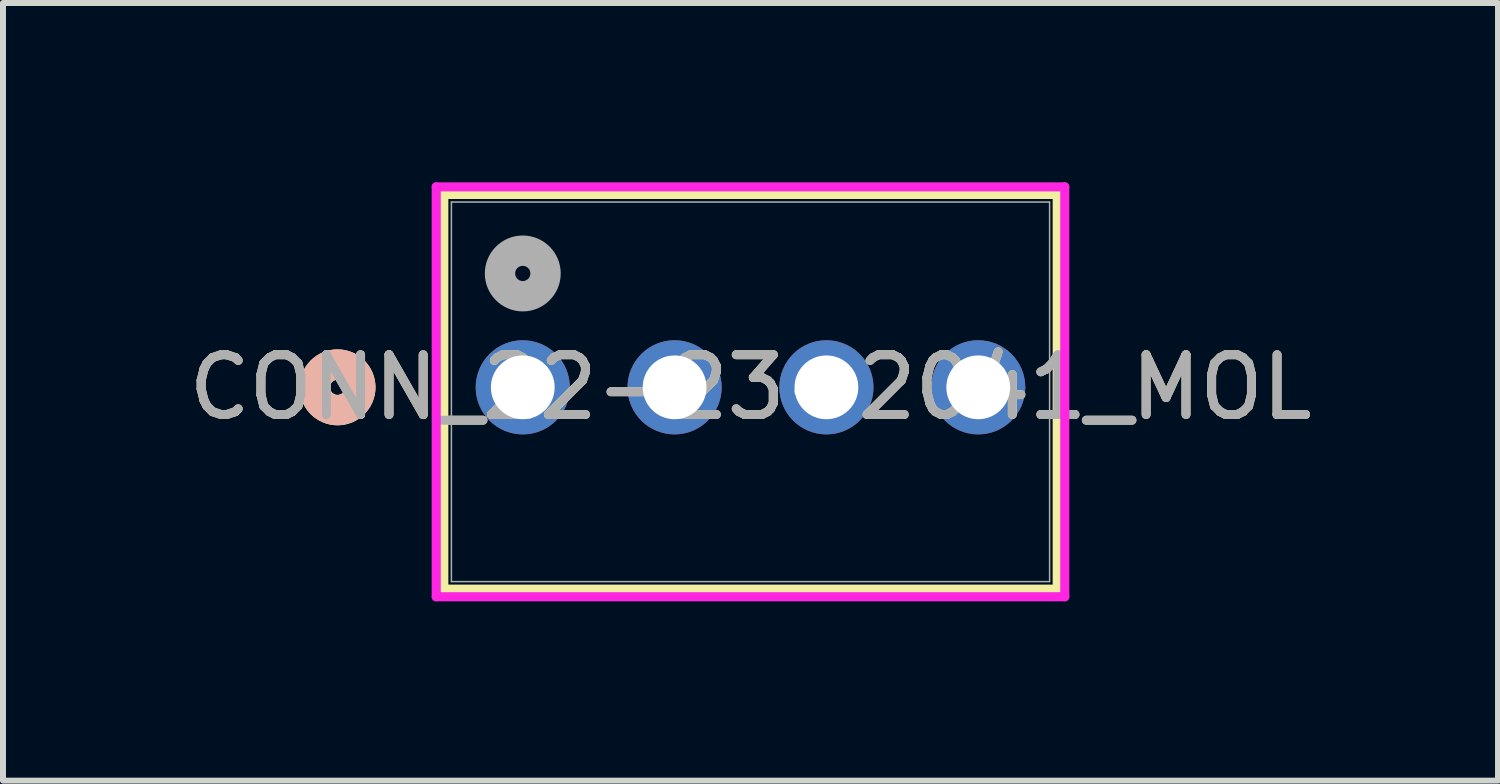
<source format=kicad_pcb>
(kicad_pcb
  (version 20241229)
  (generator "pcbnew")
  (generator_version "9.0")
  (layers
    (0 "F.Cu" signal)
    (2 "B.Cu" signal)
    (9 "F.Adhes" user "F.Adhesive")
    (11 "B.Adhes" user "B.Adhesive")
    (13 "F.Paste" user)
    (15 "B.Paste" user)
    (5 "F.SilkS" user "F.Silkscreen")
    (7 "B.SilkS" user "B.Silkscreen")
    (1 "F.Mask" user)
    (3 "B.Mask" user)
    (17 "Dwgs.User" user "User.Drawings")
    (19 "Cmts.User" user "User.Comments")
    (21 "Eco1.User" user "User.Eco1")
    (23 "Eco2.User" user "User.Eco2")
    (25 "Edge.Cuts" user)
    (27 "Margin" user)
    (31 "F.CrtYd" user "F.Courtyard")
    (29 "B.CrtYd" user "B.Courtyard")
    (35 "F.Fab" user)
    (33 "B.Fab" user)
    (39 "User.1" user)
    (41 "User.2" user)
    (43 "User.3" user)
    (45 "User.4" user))
  (footprint "CONN_22-23-2041_MOL"
    (layer "F.Cu")
    (at 5.696 3.43)
    (property "Reference" "CONN_22-23-2041_MOL" (at 3.81 0 0) (unlocked yes) (layer "F.SilkS") (effects (font (size 1 1) (thickness 0.15))))
    (attr through_hole)
    (fp_line (start -1.321 -3.227) (end -1.321 3.377) (stroke (width 0.152) (type solid)) (layer "F.SilkS"))
    (fp_line (start -1.321 3.377) (end 8.941 3.377) (stroke (width 0.152) (type solid)) (layer "F.SilkS"))
    (fp_line (start 8.941 -3.227) (end -1.321 -3.227) (stroke (width 0.152) (type solid)) (layer "F.SilkS"))
    (fp_line (start 8.941 3.377) (end 8.941 -3.227) (stroke (width 0.152) (type solid)) (layer "F.SilkS"))
    (fp_circle (center -3.099 0) (end -2.718 0) (stroke (width 0.508) (type solid)) (fill no) (layer "F.SilkS"))
    (fp_circle (center -3.099 0) (end -2.718 0) (stroke (width 0.508) (type solid)) (fill no) (layer "B.SilkS"))
    (fp_line (start -1.448 -3.354) (end -1.448 3.504) (stroke (width 0.152) (type solid)) (layer "F.CrtYd"))
    (fp_line (start -1.448 3.504) (end 9.068 3.504) (stroke (width 0.152) (type solid)) (layer "F.CrtYd"))
    (fp_line (start 9.068 -3.354) (end -1.448 -3.354) (stroke (width 0.152) (type solid)) (layer "F.CrtYd"))
    (fp_line (start 9.068 3.504) (end 9.068 -3.354) (stroke (width 0.152) (type solid)) (layer "F.CrtYd"))
    (fp_line (start -1.194 -3.1) (end -1.194 3.25) (stroke (width 0.025) (type solid)) (layer "F.Fab"))
    (fp_line (start -1.194 3.25) (end 8.814 3.25) (stroke (width 0.025) (type solid)) (layer "F.Fab"))
    (fp_line (start 8.814 -3.1) (end -1.194 -3.1) (stroke (width 0.025) (type solid)) (layer "F.Fab"))
    (fp_line (start 8.814 3.25) (end 8.814 -3.1) (stroke (width 0.025) (type solid)) (layer "F.Fab"))
    (fp_circle (center 0 -1.905) (end 0.381 -1.905) (stroke (width 0.508) (type solid)) (fill no) (layer "F.Fab"))
    (fp_text user "${REFERENCE}" (at 3.81 0 0) (unlocked yes) (layer "F.Fab") (effects (font (size 1 1) (thickness 0.15))))
    (pad "1" thru_hole circle (at 0 0) (size 1.575 1.575) (drill 1.067) (layers "*.Cu" "*.Mask"))
    (pad "2" thru_hole circle (at 2.54 0) (size 1.575 1.575) (drill 1.067) (layers "*.Cu" "*.Mask"))
    (pad "3" thru_hole circle (at 5.08 0) (size 1.575 1.575) (drill 1.067) (layers "*.Cu" "*.Mask"))
    (pad "4" thru_hole circle (at 7.62 0) (size 1.575 1.575) (drill 1.067) (layers "*.Cu" "*.Mask")))
  (gr_rect
    (start -3 -3)
    (end 22.012 10.01)
    (stroke (width 0.1) (type default))
    (fill no)
    (layer "Edge.Cuts")))
</source>
